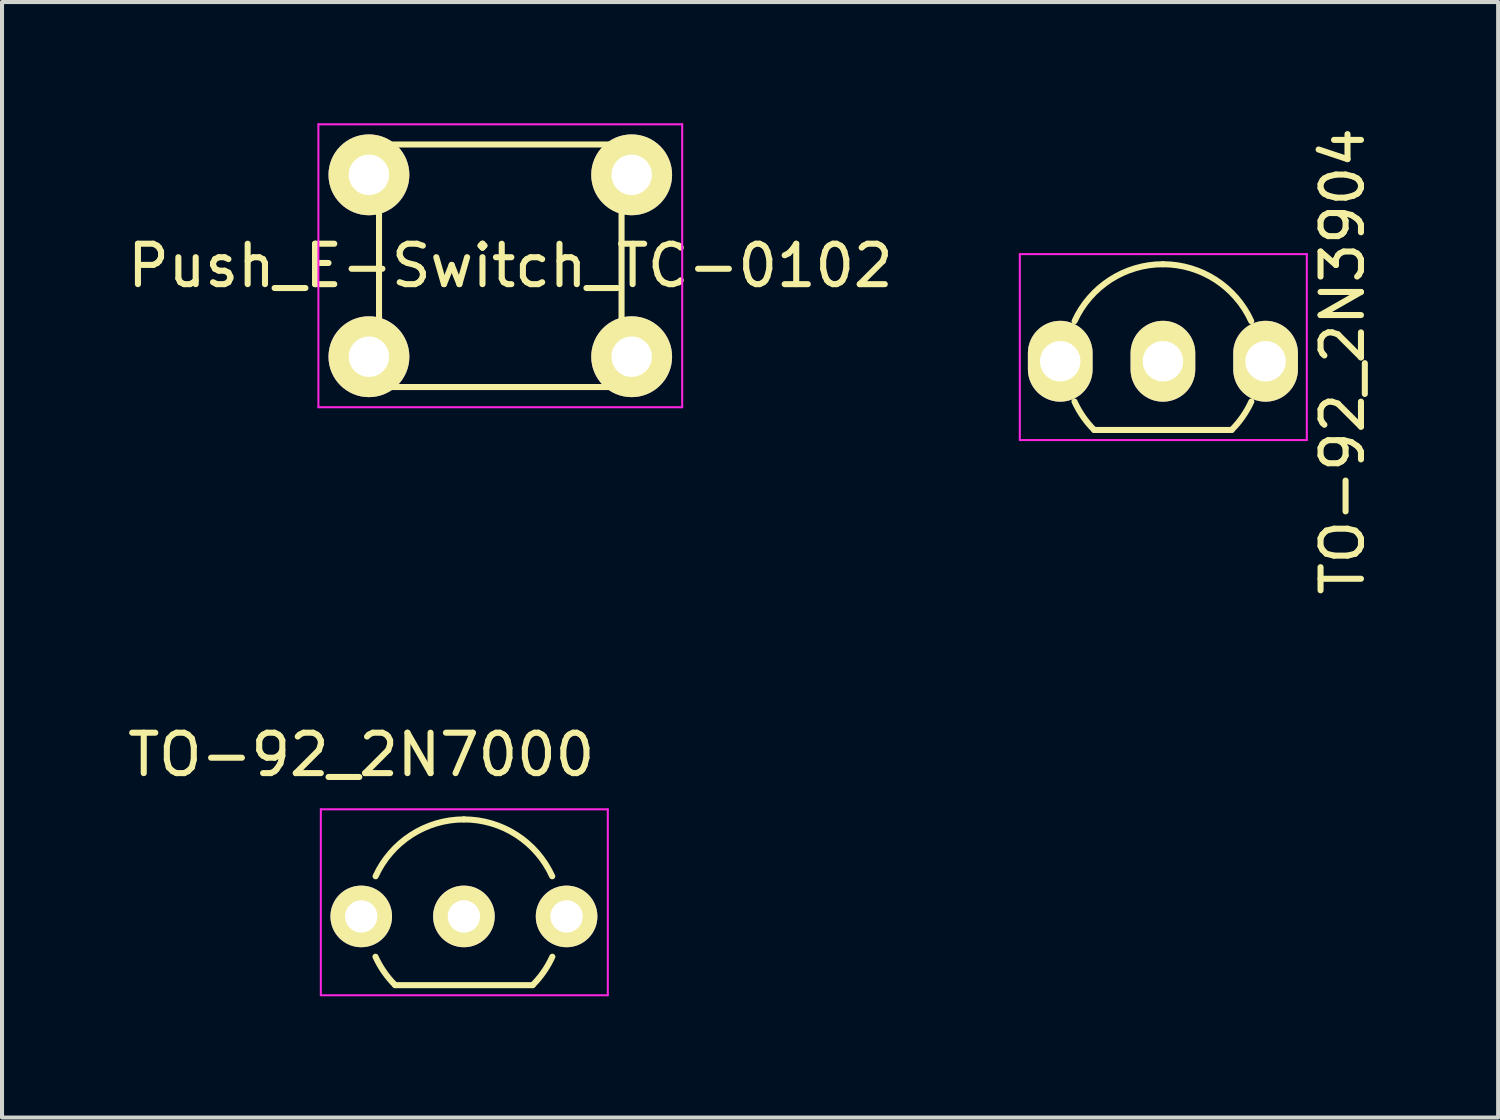
<source format=kicad_pcb>
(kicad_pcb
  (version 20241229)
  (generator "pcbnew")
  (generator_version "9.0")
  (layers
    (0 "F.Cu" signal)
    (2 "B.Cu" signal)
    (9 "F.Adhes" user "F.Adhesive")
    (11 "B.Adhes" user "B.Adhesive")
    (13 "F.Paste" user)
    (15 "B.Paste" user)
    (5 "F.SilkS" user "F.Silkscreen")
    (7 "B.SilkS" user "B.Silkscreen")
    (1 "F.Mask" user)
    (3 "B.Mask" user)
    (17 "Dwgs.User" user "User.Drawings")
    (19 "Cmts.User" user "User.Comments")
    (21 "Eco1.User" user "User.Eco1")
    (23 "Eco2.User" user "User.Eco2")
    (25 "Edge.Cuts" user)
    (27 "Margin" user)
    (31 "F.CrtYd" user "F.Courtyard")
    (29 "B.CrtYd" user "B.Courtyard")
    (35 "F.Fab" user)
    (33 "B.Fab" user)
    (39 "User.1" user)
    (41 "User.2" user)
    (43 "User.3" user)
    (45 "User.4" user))
  (footprint "TO-92_2N3904"
    (layer "F.Cu")
    (at 23.18 5.887)
    (property "Reference" "TO-92_2N3904" (at 6.985 0 270) (layer "F.SilkS") (effects (font (size 1 1) (thickness 0.15))))
    (attr through_hole)
    (fp_line (start 0.84 1.7) (end 4.24 1.7) (stroke (width 0.15) (type solid)) (layer "F.SilkS"))
    (fp_arc (start 0.355121 -0.993127) (mid 1.240675 -2.017858) (end 2.54 -2.4) (stroke (width 0.15) (type solid)) (layer "F.SilkS"))
    (fp_arc (start 0.84 1.7) (mid 0.564627 1.370365) (end 0.352305 0.99699) (stroke (width 0.15) (type solid)) (layer "F.SilkS"))
    (fp_arc (start 2.54 -2.4) (mid 3.839326 -2.017858) (end 4.724879 -0.993127) (stroke (width 0.15) (type solid)) (layer "F.SilkS"))
    (fp_arc (start 4.727695 0.99699) (mid 4.515373 1.370365) (end 4.24 1.7) (stroke (width 0.15) (type solid)) (layer "F.SilkS"))
    (fp_line (start -1 -2.65) (end 6.1 -2.65) (stroke (width 0.05) (type solid)) (layer "F.CrtYd"))
    (fp_line (start -1 1.95) (end -1 -2.65) (stroke (width 0.05) (type solid)) (layer "F.CrtYd"))
    (fp_line (start -1 1.95) (end 6.1 1.95) (stroke (width 0.05) (type solid)) (layer "F.CrtYd"))
    (fp_line (start 6.1 1.95) (end 6.1 -2.65) (stroke (width 0.05) (type solid)) (layer "F.CrtYd"))
    (pad "1" thru_hole oval (at 5.08 0) (size 1.6 2) (drill 1) (layers "*.Cu" "*.Mask" "F.SilkS"))
    (pad "2" thru_hole oval (at 2.54 0) (size 1.6 2) (drill 1) (layers "*.Cu" "*.Mask" "F.SilkS"))
    (pad "3" thru_hole oval (at 0 0) (size 1.6 2) (drill 1) (layers "*.Cu" "*.Mask" "F.SilkS")))
  (footprint "Push_E-Switch_TC-0102"
    (layer "F.Cu")
    (at 6.077 1.275)
    (property "Reference" "Push_E-Switch_TC-0102" (at 3.5 2.25 0) (layer "F.SilkS") (effects (font (size 1 1) (thickness 0.15))))
    (attr through_hole)
    (fp_line (start 0.25 -0.75) (end 6.25 -0.75) (stroke (width 0.15) (type solid)) (layer "F.SilkS"))
    (fp_line (start 0.25 5.25) (end 0.25 -0.75) (stroke (width 0.15) (type solid)) (layer "F.SilkS"))
    (fp_line (start 6.25 -0.75) (end 6.25 5.25) (stroke (width 0.15) (type solid)) (layer "F.SilkS"))
    (fp_line (start 6.25 5.25) (end 0.25 5.25) (stroke (width 0.15) (type solid)) (layer "F.SilkS"))
    (fp_line (start -1.25 -1.25) (end 7.75 -1.25) (stroke (width 0.05) (type solid)) (layer "F.CrtYd"))
    (fp_line (start -1.25 5.75) (end -1.25 -1.25) (stroke (width 0.05) (type solid)) (layer "F.CrtYd"))
    (fp_line (start 7.75 -1.25) (end 7.75 5.75) (stroke (width 0.05) (type solid)) (layer "F.CrtYd"))
    (fp_line (start 7.75 5.75) (end -1.25 5.75) (stroke (width 0.05) (type solid)) (layer "F.CrtYd"))
    (pad "1" thru_hole circle (at 0 0) (size 2 2) (drill 1) (layers "*.Cu" "*.Mask" "F.SilkS"))
    (pad "2" thru_hole circle (at 6.5 0) (size 2 2) (drill 1) (layers "*.Cu" "*.Mask" "F.SilkS"))
    (pad "3" thru_hole circle (at 0 4.5) (size 2 2) (drill 1) (layers "*.Cu" "*.Mask" "F.SilkS"))
    (pad "4" thru_hole circle (at 6.5 4.5) (size 2 2) (drill 1) (layers "*.Cu" "*.Mask" "F.SilkS")))
  (footprint "TO-92_2N7000"
    (layer "F.Cu")
    (at 5.887 19.622)
    (property "Reference" "TO-92_2N7000" (at 0 -4 180) (layer "F.SilkS") (effects (font (size 1 1) (thickness 0.15))))
    (attr through_hole)
    (fp_line (start 0.84 1.7) (end 4.24 1.7) (stroke (width 0.15) (type solid)) (layer "F.SilkS"))
    (fp_arc (start 0.355121 -0.993127) (mid 1.240675 -2.017858) (end 2.54 -2.4) (stroke (width 0.15) (type solid)) (layer "F.SilkS"))
    (fp_arc (start 0.84 1.7) (mid 0.564627 1.370365) (end 0.352305 0.99699) (stroke (width 0.15) (type solid)) (layer "F.SilkS"))
    (fp_arc (start 2.54 -2.4) (mid 3.839326 -2.017858) (end 4.724879 -0.993127) (stroke (width 0.15) (type solid)) (layer "F.SilkS"))
    (fp_arc (start 4.727695 0.99699) (mid 4.515373 1.370365) (end 4.24 1.7) (stroke (width 0.15) (type solid)) (layer "F.SilkS"))
    (fp_line (start -1 -2.65) (end 6.1 -2.65) (stroke (width 0.05) (type solid)) (layer "F.CrtYd"))
    (fp_line (start -1 1.95) (end -1 -2.65) (stroke (width 0.05) (type solid)) (layer "F.CrtYd"))
    (fp_line (start -1 1.95) (end 6.1 1.95) (stroke (width 0.05) (type solid)) (layer "F.CrtYd"))
    (fp_line (start 6.1 1.95) (end 6.1 -2.65) (stroke (width 0.05) (type solid)) (layer "F.CrtYd"))
    (pad "1" thru_hole circle (at 5.08 0 90) (size 1.524 1.524) (drill 0.8) (layers "*.Cu" "*.Mask" "F.SilkS"))
    (pad "2" thru_hole circle (at 2.54 0 90) (size 1.524 1.524) (drill 0.8) (layers "*.Cu" "*.Mask" "F.SilkS"))
    (pad "3" thru_hole circle (at 0 0 90) (size 1.524 1.524) (drill 0.8) (layers "*.Cu" "*.Mask" "F.SilkS")))
  (gr_rect
    (start -3 -3)
    (end 34.013 24.597)
    (stroke (width 0.1) (type default))
    (fill no)
    (layer "Edge.Cuts")))
</source>
